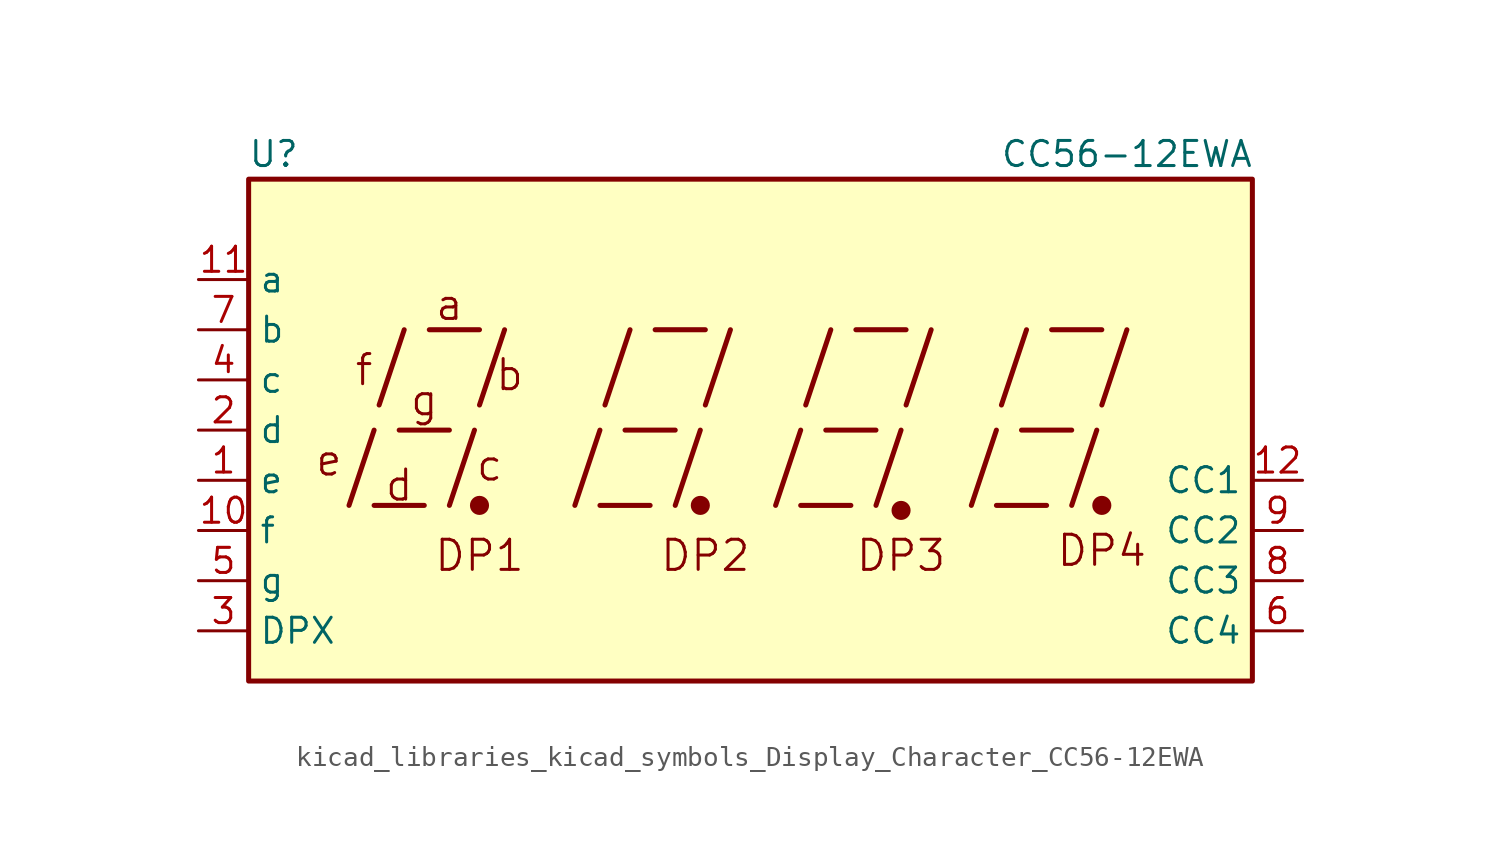
<source format=kicad_sym>
(kicad_symbol_lib
  (version 20220914)
  (generator kicad_symbol_editor)
  (symbol "kicad_libraries_kicad_symbols_Display_Character_CC56-12EWA"
    (property "Reference" "U"
      (at -24.13 13.97 0)
      (effects (font (size 1.27 1.27))))
    (property "Value" "CC56-12EWA"
      (at 19.05 13.97 0)
      (effects (font (size 1.27 1.27))))
    (symbol "kicad_libraries_kicad_symbols_Display_Character_CC56-12EWA_0_0"
      (rectangle (start -25.4 12.7) (end 25.4 -12.7) (stroke (width 0.254) (type default)) (fill (type background)))
      (polyline (pts (xy -20.32 -3.81) (xy -19.05 0)) (stroke (width 0.254) (type default)) (fill (type none)))
      (polyline (pts (xy -19.05 -3.81) (xy -16.51 -3.81)) (stroke (width 0.254) (type default)) (fill (type none)))
      (polyline (pts (xy -18.796 1.27) (xy -17.526 5.08)) (stroke (width 0.254) (type default)) (fill (type none)))
      (polyline (pts (xy -17.78 0) (xy -15.24 0)) (stroke (width 0.254) (type default)) (fill (type none)))
      (polyline (pts (xy -16.256 5.08) (xy -13.716 5.08)) (stroke (width 0.254) (type default)) (fill (type none)))
      (polyline (pts (xy -15.24 -3.81) (xy -13.97 0)) (stroke (width 0.254) (type default)) (fill (type none)))
      (polyline (pts (xy -13.716 1.27) (xy -12.446 5.08)) (stroke (width 0.254) (type default)) (fill (type none)))
      (polyline (pts (xy -8.89 -3.81) (xy -7.62 0)) (stroke (width 0.254) (type default)) (fill (type none)))
      (polyline (pts (xy -7.62 -3.81) (xy -5.08 -3.81)) (stroke (width 0.254) (type default)) (fill (type none)))
      (polyline (pts (xy -7.366 1.27) (xy -6.096 5.08)) (stroke (width 0.254) (type default)) (fill (type none)))
      (polyline (pts (xy -6.35 0) (xy -3.81 0)) (stroke (width 0.254) (type default)) (fill (type none)))
      (polyline (pts (xy -4.826 5.08) (xy -2.286 5.08)) (stroke (width 0.254) (type default)) (fill (type none)))
      (polyline (pts (xy -3.81 -3.81) (xy -2.54 0)) (stroke (width 0.254) (type default)) (fill (type none)))
      (polyline (pts (xy -2.286 1.27) (xy -1.016 5.08)) (stroke (width 0.254) (type default)) (fill (type none)))
      (polyline (pts (xy 1.27 -3.81) (xy 2.54 0)) (stroke (width 0.254) (type default)) (fill (type none)))
      (polyline (pts (xy 2.54 -3.81) (xy 5.08 -3.81)) (stroke (width 0.254) (type default)) (fill (type none)))
      (polyline (pts (xy 2.794 1.27) (xy 4.064 5.08)) (stroke (width 0.254) (type default)) (fill (type none)))
      (polyline (pts (xy 3.81 0) (xy 6.35 0)) (stroke (width 0.254) (type default)) (fill (type none)))
      (polyline (pts (xy 5.334 5.08) (xy 7.874 5.08)) (stroke (width 0.254) (type default)) (fill (type none)))
      (polyline (pts (xy 6.35 -3.81) (xy 7.62 0)) (stroke (width 0.254) (type default)) (fill (type none)))
      (polyline (pts (xy 7.874 1.27) (xy 9.144 5.08)) (stroke (width 0.254) (type default)) (fill (type none)))
      (polyline (pts (xy 11.176 -3.81) (xy 12.446 0)) (stroke (width 0.254) (type default)) (fill (type none)))
      (polyline (pts (xy 12.446 -3.81) (xy 14.986 -3.81)) (stroke (width 0.254) (type default)) (fill (type none)))
      (polyline (pts (xy 12.7 1.27) (xy 13.97 5.08)) (stroke (width 0.254) (type default)) (fill (type none)))
      (polyline (pts (xy 13.716 0) (xy 16.256 0)) (stroke (width 0.254) (type default)) (fill (type none)))
      (polyline (pts (xy 15.24 5.08) (xy 17.78 5.08)) (stroke (width 0.254) (type default)) (fill (type none)))
      (polyline (pts (xy 16.256 -3.81) (xy 17.526 0)) (stroke (width 0.254) (type default)) (fill (type none)))
      (polyline (pts (xy 17.78 1.27) (xy 19.05 5.08)) (stroke (width 0.254) (type default)) (fill (type none)))
      (text "a" (at -15.24 6.35 0) (effects (font (size 1.524 1.524))))
      (text "b" (at -12.192 2.794 0) (effects (font (size 1.524 1.524))))
      (text "c" (at -13.208 -1.778 0) (effects (font (size 1.524 1.524))))
      (text "d" (at -17.78 -2.794 0) (effects (font (size 1.524 1.524))))
      (text "DP1" (at -13.716 -6.35 0) (effects (font (size 1.524 1.524))))
      (text "DP2" (at -2.286 -6.35 0) (effects (font (size 1.524 1.524))))
      (text "DP3" (at 7.62 -6.35 0) (effects (font (size 1.524 1.524))))
      (text "DP4" (at 17.78 -6.096 0) (effects (font (size 1.524 1.524))))
      (text "e" (at -21.336 -1.524 0) (effects (font (size 1.524 1.524))))
      (text "f" (at -19.558 3.048 0) (effects (font (size 1.524 1.524))))
      (text "g" (at -16.51 1.524 0) (effects (font (size 1.524 1.524)))))
    (symbol "kicad_libraries_kicad_symbols_Display_Character_CC56-12EWA_0_1"
      (circle (center -13.716 -3.81) (radius 0.356) (stroke (width 0.254) (type default)) (fill (type outline)))
      (circle (center -2.54 -3.81) (radius 0.356) (stroke (width 0.254) (type default)) (fill (type outline))))
    (symbol "kicad_libraries_kicad_symbols_Display_Character_CC56-12EWA_1_0"
      (circle (center 7.62 -4.064) (radius 0.356) (stroke (width 0.254) (type default)) (fill (type outline)))
      (circle (center 17.78 -3.81) (radius 0.356) (stroke (width 0.254) (type default)) (fill (type outline))))
    (symbol "kicad_libraries_kicad_symbols_Display_Character_CC56-12EWA_1_1"
      (pin input line (at -27.94 -2.54 0) (length 2.54) (name "e" (effects (font (size 1.27 1.27)))) (number "1" (effects (font (size 1.27 1.27)))))
      (pin input line (at -27.94 -5.08 0) (length 2.54) (name "f" (effects (font (size 1.27 1.27)))) (number "10" (effects (font (size 1.27 1.27)))))
      (pin input line (at -27.94 7.62 0) (length 2.54) (name "a" (effects (font (size 1.27 1.27)))) (number "11" (effects (font (size 1.27 1.27)))))
      (pin input line (at 27.94 -2.54 180) (length 2.54) (name "CC1" (effects (font (size 1.27 1.27)))) (number "12" (effects (font (size 1.27 1.27)))))
      (pin input line (at -27.94 0 0) (length 2.54) (name "d" (effects (font (size 1.27 1.27)))) (number "2" (effects (font (size 1.27 1.27)))))
      (pin input line (at -27.94 -10.16 0) (length 2.54) (name "DPX" (effects (font (size 1.27 1.27)))) (number "3" (effects (font (size 1.27 1.27)))))
      (pin input line (at -27.94 2.54 0) (length 2.54) (name "c" (effects (font (size 1.27 1.27)))) (number "4" (effects (font (size 1.27 1.27)))))
      (pin input line (at -27.94 -7.62 0) (length 2.54) (name "g" (effects (font (size 1.27 1.27)))) (number "5" (effects (font (size 1.27 1.27)))))
      (pin input line (at 27.94 -10.16 180) (length 2.54) (name "CC4" (effects (font (size 1.27 1.27)))) (number "6" (effects (font (size 1.27 1.27)))))
      (pin input line (at -27.94 5.08 0) (length 2.54) (name "b" (effects (font (size 1.27 1.27)))) (number "7" (effects (font (size 1.27 1.27)))))
      (pin input line (at 27.94 -7.62 180) (length 2.54) (name "CC3" (effects (font (size 1.27 1.27)))) (number "8" (effects (font (size 1.27 1.27)))))
      (pin input line (at 27.94 -5.08 180) (length 2.54) (name "CC2" (effects (font (size 1.27 1.27)))) (number "9" (effects (font (size 1.27 1.27))))))))
</source>
